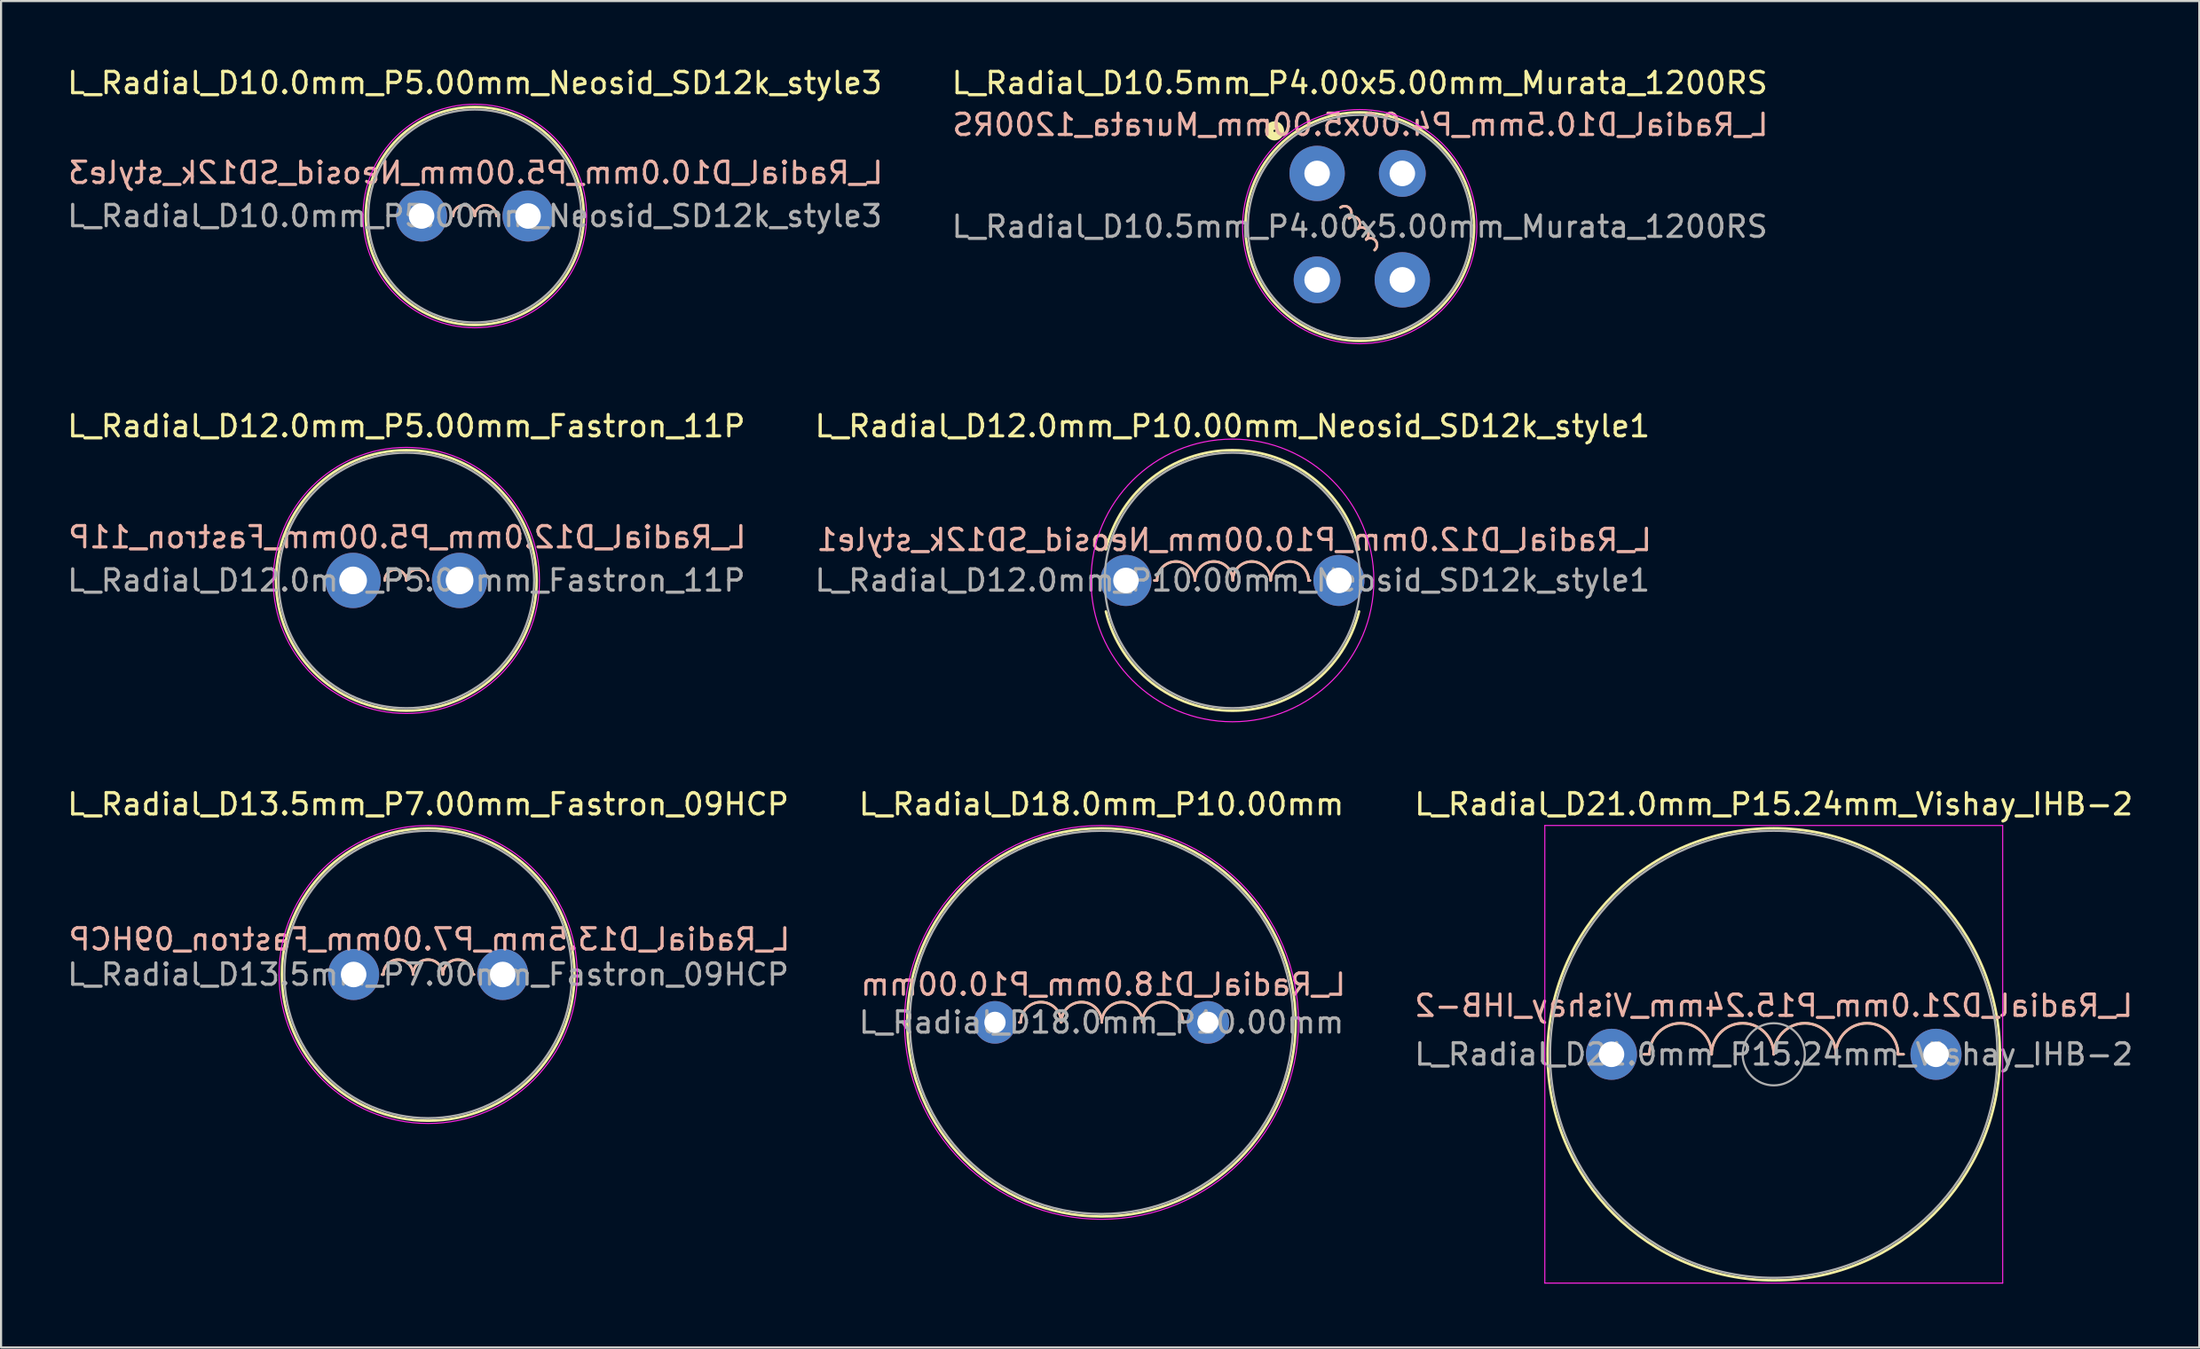
<source format=kicad_pcb>
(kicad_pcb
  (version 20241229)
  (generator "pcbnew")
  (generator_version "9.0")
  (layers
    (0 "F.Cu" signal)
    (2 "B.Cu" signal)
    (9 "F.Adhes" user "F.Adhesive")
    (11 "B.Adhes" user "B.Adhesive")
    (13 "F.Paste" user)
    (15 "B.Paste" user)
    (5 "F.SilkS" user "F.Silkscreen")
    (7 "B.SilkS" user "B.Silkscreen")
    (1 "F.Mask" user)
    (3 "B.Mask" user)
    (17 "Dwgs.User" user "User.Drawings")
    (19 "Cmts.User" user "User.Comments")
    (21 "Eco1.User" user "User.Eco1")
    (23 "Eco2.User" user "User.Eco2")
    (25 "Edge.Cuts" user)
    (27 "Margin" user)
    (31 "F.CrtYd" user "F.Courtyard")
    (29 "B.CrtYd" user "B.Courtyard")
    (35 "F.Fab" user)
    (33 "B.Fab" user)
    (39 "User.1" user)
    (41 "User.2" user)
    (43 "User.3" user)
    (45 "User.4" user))
  (footprint "L_Radial_D13.5mm_P7.00mm_Fastron_09HCP"
    (layer "F.Cu")
    (at 13.554 42.735)
    (property "Reference" "L_Radial_D13.5mm_P7.00mm_Fastron_09HCP" (at 3.5 -8 0) (layer "F.SilkS") (effects (font (size 1 1) (thickness 0.15))))
    (fp_line (start 1.397 0) (end 1.333 0) (stroke (width 0.12) (type solid)) (layer "F.SilkS"))
    (fp_line (start 5.588 0) (end 5.652 0) (stroke (width 0.12) (type solid)) (layer "F.SilkS"))
    (fp_arc (start 1.397 0) (mid 2.0955 -0.6985) (end 2.794 0) (stroke (width 0.12) (type solid)) (layer "F.SilkS"))
    (fp_arc (start 2.794 0) (mid 3.4925 -0.6985) (end 4.191 0) (stroke (width 0.12) (type solid)) (layer "F.SilkS"))
    (fp_arc (start 4.191 0) (mid 4.8895 -0.6985) (end 5.588 0) (stroke (width 0.12) (type solid)) (layer "F.SilkS"))
    (fp_circle (center 3.5 0) (end 10.37 0) (stroke (width 0.12) (type solid)) (fill no) (layer "F.SilkS"))
    (fp_line (start 1.397 0) (end 1.333 0) (stroke (width 0.12) (type solid)) (layer "B.SilkS"))
    (fp_line (start 5.588 0) (end 5.652 0) (stroke (width 0.12) (type solid)) (layer "B.SilkS"))
    (fp_arc (start 1.397 0) (mid 2.0955 -0.6985) (end 2.794 0) (stroke (width 0.12) (type solid)) (layer "B.SilkS"))
    (fp_arc (start 2.794 0) (mid 3.4925 -0.6985) (end 4.191 0) (stroke (width 0.12) (type solid)) (layer "B.SilkS"))
    (fp_arc (start 4.191 0) (mid 4.8895 -0.6985) (end 5.588 0) (stroke (width 0.12) (type solid)) (layer "B.SilkS"))
    (fp_circle (center 3.5 0) (end 10.5 0) (stroke (width 0.05) (type solid)) (fill no) (layer "F.CrtYd"))
    (fp_circle (center 3.5 0) (end 10.25 0) (stroke (width 0.1) (type solid)) (fill no) (layer "F.Fab"))
    (fp_text user "${REFERENCE}" (at 3.556 -1.651 0) (layer "B.SilkS") (effects (font (size 1 1) (thickness 0.15)) (justify mirror)))
    (fp_text user "${REFERENCE}" (at 3.5 0 0) (layer "F.Fab") (effects (font (size 1 1) (thickness 0.15))))
    (pad "1" thru_hole circle (at 0 0) (size 2.4 2.4) (drill 1.2) (layers "*.Cu" "*.Mask"))
    (pad "2" thru_hole circle (at 7 0) (size 2.4 2.4) (drill 1.2) (layers "*.Cu" "*.Mask")))
  (footprint "L_Radial_D12.0mm_P10.00mm_Neosid_SD12k_style1"
    (layer "F.Cu")
    (at 49.82 24.221)
    (property "Reference" "L_Radial_D12.0mm_P10.00mm_Neosid_SD12k_style1" (at 5 -7.25 0) (layer "F.SilkS") (effects (font (size 1 1) (thickness 0.15))))
    (fp_line (start 1.46 0) (end 1.333 0) (stroke (width 0.12) (type solid)) (layer "F.SilkS"))
    (fp_line (start 8.572 0) (end 8.636 0) (stroke (width 0.12) (type solid)) (layer "F.SilkS"))
    (fp_arc (start -0.943299 -1.46) (mid 5 -6.12) (end 10.943299 -1.46) (stroke (width 0.12) (type solid)) (layer "F.SilkS"))
    (fp_arc (start 1.4605 0) (mid 2.3495 -0.889) (end 3.2385 0) (stroke (width 0.12) (type solid)) (layer "F.SilkS"))
    (fp_arc (start 3.2385 0) (mid 4.1275 -0.889) (end 5.0165 0) (stroke (width 0.12) (type solid)) (layer "F.SilkS"))
    (fp_arc (start 5.0165 0) (mid 5.9055 -0.889) (end 6.7945 0) (stroke (width 0.12) (type solid)) (layer "F.SilkS"))
    (fp_arc (start 6.7945 0) (mid 7.6835 -0.889) (end 8.5725 0) (stroke (width 0.12) (type solid)) (layer "F.SilkS"))
    (fp_arc (start 10.943299 1.46) (mid 5 6.12) (end -0.943299 1.46) (stroke (width 0.12) (type solid)) (layer "F.SilkS"))
    (fp_line (start 1.46 0) (end 1.333 0) (stroke (width 0.12) (type solid)) (layer "B.SilkS"))
    (fp_line (start 8.572 0) (end 8.636 0) (stroke (width 0.12) (type solid)) (layer "B.SilkS"))
    (fp_arc (start 1.4605 0) (mid 2.3495 -0.889) (end 3.2385 0) (stroke (width 0.12) (type solid)) (layer "B.SilkS"))
    (fp_arc (start 3.2385 0) (mid 4.1275 -0.889) (end 5.0165 0) (stroke (width 0.12) (type solid)) (layer "B.SilkS"))
    (fp_arc (start 5.0165 0) (mid 5.9055 -0.889) (end 6.7945 0) (stroke (width 0.12) (type solid)) (layer "B.SilkS"))
    (fp_arc (start 6.7945 0) (mid 7.6835 -0.889) (end 8.5725 0) (stroke (width 0.12) (type solid)) (layer "B.SilkS"))
    (fp_circle (center 5 0) (end 11.64 0) (stroke (width 0.05) (type solid)) (fill no) (layer "F.CrtYd"))
    (fp_circle (center 5 0) (end 11 0) (stroke (width 0.1) (type solid)) (fill no) (layer "F.Fab"))
    (fp_text user "${REFERENCE}" (at 5.08 -1.905 0) (layer "B.SilkS") (effects (font (size 1 1) (thickness 0.15)) (justify mirror)))
    (fp_text user "${REFERENCE}" (at 5 0 0) (layer "F.Fab") (effects (font (size 1 1) (thickness 0.15))))
    (pad "1" thru_hole circle (at 0 0) (size 2.4 2.4) (drill 1.2) (layers "*.Cu" "*.Mask"))
    (pad "2" thru_hole circle (at 10 0) (size 2.4 2.4) (drill 1.2) (layers "*.Cu" "*.Mask")))
  (footprint "L_Radial_D10.0mm_P5.00mm_Neosid_SD12k_style3"
    (layer "F.Cu")
    (at 16.744 7.098)
    (property "Reference" "L_Radial_D10.0mm_P5.00mm_Neosid_SD12k_style3" (at 2.5 -6.25 0) (layer "F.SilkS") (effects (font (size 1 1) (thickness 0.15))))
    (fp_arc (start 1.484 0) (mid 1.992 -0.508) (end 2.5 0) (stroke (width 0.12) (type solid)) (layer "F.SilkS"))
    (fp_arc (start 2.5 0) (mid 3.008 -0.508) (end 3.516 0) (stroke (width 0.12) (type solid)) (layer "F.SilkS"))
    (fp_circle (center 2.5 0) (end 7.62 0) (stroke (width 0.12) (type solid)) (fill no) (layer "F.SilkS"))
    (fp_arc (start 1.484 0) (mid 1.992 -0.508) (end 2.5 0) (stroke (width 0.12) (type solid)) (layer "B.SilkS"))
    (fp_arc (start 2.5 0) (mid 3.008 -0.508) (end 3.516 0) (stroke (width 0.12) (type solid)) (layer "B.SilkS"))
    (fp_circle (center 2.5 0) (end 7.75 0) (stroke (width 0.05) (type solid)) (fill no) (layer "F.CrtYd"))
    (fp_circle (center 2.5 0) (end 7.5 0) (stroke (width 0.1) (type solid)) (fill no) (layer "F.Fab"))
    (fp_text user "${REFERENCE}" (at 2.54 -2.032 0) (layer "B.SilkS") (effects (font (size 1 1) (thickness 0.15)) (justify mirror)))
    (fp_text user "${REFERENCE}" (at 2.5 0 0) (layer "F.Fab") (effects (font (size 1 1) (thickness 0.15))))
    (pad "1" thru_hole circle (at 0 0) (size 2.4 2.4) (drill 1.2) (layers "*.Cu" "*.Mask"))
    (pad "2" thru_hole circle (at 5 0) (size 2.4 2.4) (drill 1.2) (layers "*.Cu" "*.Mask")))
  (footprint "L_Radial_D21.0mm_P15.24mm_Vishay_IHB-2"
    (layer "F.Cu")
    (at 72.617 46.485)
    (property "Reference" "L_Radial_D21.0mm_P15.24mm_Vishay_IHB-2" (at 7.62 -11.75 0) (layer "F.SilkS") (effects (font (size 1 1) (thickness 0.15))))
    (fp_line (start 1.788 0) (end 1.524 0) (stroke (width 0.12) (type solid)) (layer "F.SilkS"))
    (fp_line (start 13.462 0) (end 13.716 0) (stroke (width 0.12) (type solid)) (layer "F.SilkS"))
    (fp_arc (start 1.788 0) (mid 3.246 -1.458) (end 4.704 0) (stroke (width 0.12) (type solid)) (layer "F.SilkS"))
    (fp_arc (start 4.704 0) (mid 6.162 -1.458) (end 7.62 0) (stroke (width 0.12) (type solid)) (layer "F.SilkS"))
    (fp_arc (start 7.62 0) (mid 9.0805 -1.4605) (end 10.541 0) (stroke (width 0.12) (type solid)) (layer "F.SilkS"))
    (fp_arc (start 10.541 0) (mid 12.0015 -1.4605) (end 13.462 0) (stroke (width 0.12) (type solid)) (layer "F.SilkS"))
    (fp_circle (center 7.62 0) (end 18.24 0) (stroke (width 0.12) (type solid)) (fill no) (layer "F.SilkS"))
    (fp_line (start 1.778 0) (end 1.524 0) (stroke (width 0.12) (type solid)) (layer "B.SilkS"))
    (fp_line (start 13.452 0) (end 13.716 0) (stroke (width 0.12) (type solid)) (layer "B.SilkS"))
    (fp_arc (start 1.778 0) (mid 3.2385 -1.4605) (end 4.699 0) (stroke (width 0.12) (type solid)) (layer "B.SilkS"))
    (fp_arc (start 4.699 0) (mid 6.1595 -1.4605) (end 7.62 0) (stroke (width 0.12) (type solid)) (layer "B.SilkS"))
    (fp_arc (start 7.62 0) (mid 9.078 -1.458) (end 10.536 0) (stroke (width 0.12) (type solid)) (layer "B.SilkS"))
    (fp_arc (start 10.536 0) (mid 11.994 -1.458) (end 13.452 0) (stroke (width 0.12) (type solid)) (layer "B.SilkS"))
    (fp_line (start -3.13 -10.75) (end -3.13 10.75) (stroke (width 0.05) (type solid)) (layer "F.CrtYd"))
    (fp_line (start -3.13 10.75) (end 18.37 10.75) (stroke (width 0.05) (type solid)) (layer "F.CrtYd"))
    (fp_line (start 18.37 -10.75) (end -3.13 -10.75) (stroke (width 0.05) (type solid)) (layer "F.CrtYd"))
    (fp_line (start 18.37 10.75) (end 18.37 -10.75) (stroke (width 0.05) (type solid)) (layer "F.CrtYd"))
    (fp_circle (center 7.62 0) (end 9.08 0) (stroke (width 0.1) (type solid)) (fill no) (layer "F.Fab"))
    (fp_circle (center 7.62 0) (end 18.12 0) (stroke (width 0.1) (type solid)) (fill no) (layer "F.Fab"))
    (fp_text user "${REFERENCE}" (at 7.62 -2.286 0) (layer "B.SilkS") (effects (font (size 1 1) (thickness 0.15)) (justify mirror)))
    (fp_text user "${REFERENCE}" (at 7.62 0 0) (layer "F.Fab") (effects (font (size 1 1) (thickness 0.15))))
    (pad "1" thru_hole circle (at 0 0) (size 2.4 2.4) (drill 1.2) (layers "*.Cu" "*.Mask"))
    (pad "2" thru_hole circle (at 15.24 0) (size 2.4 2.4) (drill 1.2) (layers "*.Cu" "*.Mask")))
  (footprint "L_Radial_D18.0mm_P10.00mm"
    (layer "F.Cu")
    (at 43.669 44.985)
    (property "Reference" "L_Radial_D18.0mm_P10.00mm" (at 5 -10.25 0) (layer "F.SilkS") (effects (font (size 1 1) (thickness 0.15))))
    (fp_line (start 1.206 0) (end 1.143 0) (stroke (width 0.12) (type solid)) (layer "F.SilkS"))
    (fp_line (start 8.89 0) (end 8.826 0) (stroke (width 0.12) (type solid)) (layer "F.SilkS"))
    (fp_arc (start 1.2065 0) (mid 2.159 -0.9525) (end 3.1115 0) (stroke (width 0.12) (type solid)) (layer "F.SilkS"))
    (fp_arc (start 3.1115 0) (mid 4.064 -0.9525) (end 5.0165 0) (stroke (width 0.12) (type solid)) (layer "F.SilkS"))
    (fp_arc (start 5.0165 0) (mid 5.969 -0.9525) (end 6.9215 0) (stroke (width 0.12) (type solid)) (layer "F.SilkS"))
    (fp_arc (start 6.9215 0) (mid 7.874 -0.9525) (end 8.8265 0) (stroke (width 0.12) (type solid)) (layer "F.SilkS"))
    (fp_circle (center 5 0) (end 14.12 0) (stroke (width 0.12) (type solid)) (fill no) (layer "F.SilkS"))
    (fp_line (start 1.143 0) (end 1.206 0) (stroke (width 0.12) (type solid)) (layer "B.SilkS"))
    (fp_line (start 8.826 0) (end 8.89 0) (stroke (width 0.12) (type solid)) (layer "B.SilkS"))
    (fp_arc (start 1.2065 0) (mid 2.159 -0.9525) (end 3.1115 0) (stroke (width 0.12) (type solid)) (layer "B.SilkS"))
    (fp_arc (start 3.1115 0) (mid 4.064 -0.9525) (end 5.0165 0) (stroke (width 0.12) (type solid)) (layer "B.SilkS"))
    (fp_arc (start 5.0165 0) (mid 5.969 -0.9525) (end 6.9215 0) (stroke (width 0.12) (type solid)) (layer "B.SilkS"))
    (fp_arc (start 6.9215 0) (mid 7.874 -0.9525) (end 8.8265 0) (stroke (width 0.12) (type solid)) (layer "B.SilkS"))
    (fp_circle (center 5 0) (end 14.25 0) (stroke (width 0.05) (type solid)) (fill no) (layer "F.CrtYd"))
    (fp_circle (center 5 0) (end 14 0) (stroke (width 0.1) (type solid)) (fill no) (layer "F.Fab"))
    (fp_text user "${REFERENCE}" (at 5.08 -1.778 0) (layer "B.SilkS") (effects (font (size 1 1) (thickness 0.15)) (justify mirror)))
    (fp_text user "${REFERENCE}" (at 5 0 0) (layer "F.Fab") (effects (font (size 1 1) (thickness 0.15))))
    (pad "1" thru_hole circle (at 0 0) (size 2 2) (drill 1) (layers "*.Cu" "*.Mask"))
    (pad "2" thru_hole circle (at 10 0) (size 2 2) (drill 1) (layers "*.Cu" "*.Mask")))
  (footprint "L_Radial_D12.0mm_P5.00mm_Fastron_11P"
    (layer "F.Cu")
    (at 13.53 24.221)
    (property "Reference" "L_Radial_D12.0mm_P5.00mm_Fastron_11P" (at 2.5 -7.25 0) (layer "F.SilkS") (effects (font (size 1 1) (thickness 0.15))))
    (fp_arc (start 1.484 0) (mid 1.992 -0.508) (end 2.5 0) (stroke (width 0.12) (type solid)) (layer "F.SilkS"))
    (fp_arc (start 2.5 0) (mid 3.008 -0.508) (end 3.516 0) (stroke (width 0.12) (type solid)) (layer "F.SilkS"))
    (fp_circle (center 2.5 0) (end 8.62 0) (stroke (width 0.12) (type solid)) (fill no) (layer "F.SilkS"))
    (fp_arc (start 1.484 0) (mid 1.992 -0.508) (end 2.5 0) (stroke (width 0.12) (type solid)) (layer "B.SilkS"))
    (fp_arc (start 2.5 0) (mid 3.008 -0.508) (end 3.516 0) (stroke (width 0.12) (type solid)) (layer "B.SilkS"))
    (fp_circle (center 2.5 0) (end 8.75 0) (stroke (width 0.05) (type solid)) (fill no) (layer "F.CrtYd"))
    (fp_circle (center 2.5 0) (end 8.5 0) (stroke (width 0.1) (type solid)) (fill no) (layer "F.Fab"))
    (fp_text user "${REFERENCE}" (at 2.54 -2.032 0) (layer "B.SilkS") (effects (font (size 1 1) (thickness 0.15)) (justify mirror)))
    (fp_text user "${REFERENCE}" (at 2.5 0 0) (layer "F.Fab") (effects (font (size 1 1) (thickness 0.15))))
    (pad "1" thru_hole circle (at 0 0) (size 2.6 2.6) (drill 1.3) (layers "*.Cu" "*.Mask"))
    (pad "2" thru_hole circle (at 5 0) (size 2.6 2.6) (drill 1.3) (layers "*.Cu" "*.Mask")))
  (footprint "L_Radial_D10.5mm_P4.00x5.00mm_Murata_1200RS"
    (layer "F.Cu")
    (at 58.796 5.098)
    (property "Reference" "L_Radial_D10.5mm_P4.00x5.00mm_Murata_1200RS" (at 2 -4.25 0) (layer "F.SilkS") (effects (font (size 1 1) (thickness 0.15))))
    (fp_arc (start 1.100001 1.600001) (mid 1.542308 1.656155) (end 1.5 2.1) (stroke (width 0.12) (type solid)) (layer "F.SilkS"))
    (fp_arc (start 1.500001 2.100001) (mid 1.942308 2.156155) (end 1.9 2.6) (stroke (width 0.12) (type solid)) (layer "F.SilkS"))
    (fp_arc (start 1.9 2.6) (mid 2.342307 2.656154) (end 2.299999 3.099999) (stroke (width 0.12) (type solid)) (layer "F.SilkS"))
    (fp_arc (start 2.299999 3.099999) (mid 2.742306 3.156153) (end 2.699998 3.599998) (stroke (width 0.12) (type solid)) (layer "F.SilkS"))
    (fp_circle (center -2 -2) (end -1.95 -2) (stroke (width 0.4) (type solid)) (fill no) (layer "F.SilkS"))
    (fp_circle (center 2 2.5) (end 7.37 2.5) (stroke (width 0.12) (type solid)) (fill no) (layer "F.SilkS"))
    (fp_arc (start 1.100001 1.600001) (mid 1.542266 1.656187) (end 1.5 2.099999) (stroke (width 0.12) (type solid)) (layer "B.SilkS"))
    (fp_arc (start 1.500001 2.100001) (mid 1.942266 2.156187) (end 1.9 2.599999) (stroke (width 0.12) (type solid)) (layer "B.SilkS"))
    (fp_arc (start 1.9 2.6) (mid 2.342265 2.656186) (end 2.299999 3.099998) (stroke (width 0.12) (type solid)) (layer "B.SilkS"))
    (fp_arc (start 2.299999 3.099999) (mid 2.742264 3.156185) (end 2.699998 3.599997) (stroke (width 0.12) (type solid)) (layer "B.SilkS"))
    (fp_circle (center 2 2.5) (end 7.5 2.5) (stroke (width 0.05) (type solid)) (fill no) (layer "F.CrtYd"))
    (fp_circle (center 2 2.5) (end 7.25 2.5) (stroke (width 0.1) (type solid)) (fill no) (layer "F.Fab"))
    (fp_text user "${REFERENCE}" (at 2.032 -2.286 0) (layer "B.SilkS") (effects (font (size 1 1) (thickness 0.15)) (justify mirror)))
    (fp_text user "${REFERENCE}" (at 2 2.5 0) (layer "F.Fab") (effects (font (size 1 1) (thickness 0.15))))
    (pad "" thru_hole circle (at 0 5) (size 2.2 2.2) (drill 1.2) (layers "*.Cu" "*.Mask"))
    (pad "" thru_hole circle (at 4 0) (size 2.2 2.2) (drill 1.2) (layers "*.Cu" "*.Mask"))
    (pad "1" thru_hole circle (at 0 0) (size 2.6 2.6) (drill 1.2) (layers "*.Cu" "*.Mask"))
    (pad "2" thru_hole circle (at 4 5) (size 2.6 2.6) (drill 1.2) (layers "*.Cu" "*.Mask")))
  (gr_rect
    (start -3 -3)
    (end 100.219 60.26)
    (stroke (width 0.1) (type default))
    (fill no)
    (layer "Edge.Cuts")))
</source>
